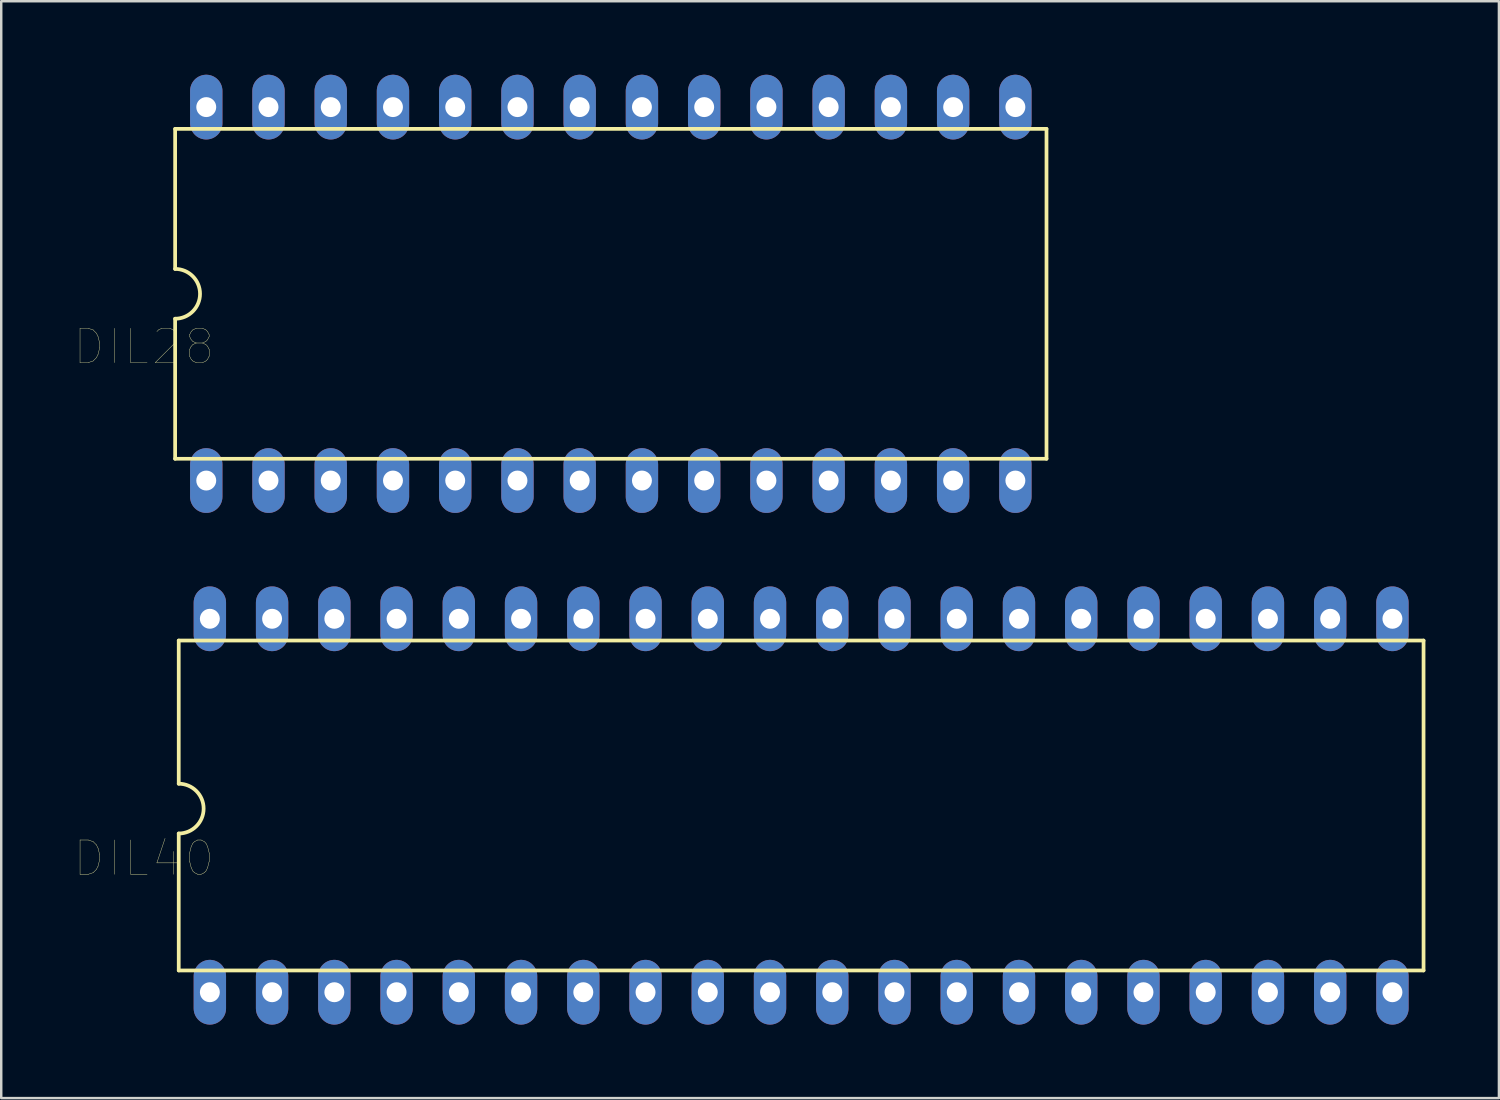
<source format=kicad_pcb>
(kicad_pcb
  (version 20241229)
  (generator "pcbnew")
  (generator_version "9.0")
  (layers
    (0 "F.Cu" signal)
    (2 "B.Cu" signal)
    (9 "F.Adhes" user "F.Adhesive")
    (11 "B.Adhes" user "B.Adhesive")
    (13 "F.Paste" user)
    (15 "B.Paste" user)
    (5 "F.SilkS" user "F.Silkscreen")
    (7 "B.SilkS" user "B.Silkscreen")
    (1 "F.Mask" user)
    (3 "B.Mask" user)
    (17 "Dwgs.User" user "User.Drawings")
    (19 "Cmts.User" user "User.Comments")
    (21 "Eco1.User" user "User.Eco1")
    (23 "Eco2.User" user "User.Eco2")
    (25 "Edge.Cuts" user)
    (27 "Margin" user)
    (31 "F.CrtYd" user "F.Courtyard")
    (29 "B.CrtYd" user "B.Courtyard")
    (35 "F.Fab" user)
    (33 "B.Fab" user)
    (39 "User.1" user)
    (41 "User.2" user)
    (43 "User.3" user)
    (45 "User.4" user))
  (footprint "DIL40"
    (layer "F.Cu")
    (at 29.644 29.822)
    (property "Reference" "DIL40" (at -26.825 2.161 180) (layer "F.SilkS") (effects (font (size 1.401 1.401) (thickness 0.015))))
    (attr through_hole)
    (fp_line (start -25.4 -6.731) (end -25.4 -0.889) (stroke (width 0.152) (type solid)) (layer "F.SilkS"))
    (fp_line (start -25.4 6.731) (end -25.4 1.143) (stroke (width 0.152) (type solid)) (layer "F.SilkS"))
    (fp_line (start -25.4 6.731) (end 25.4 6.731) (stroke (width 0.152) (type solid)) (layer "F.SilkS"))
    (fp_line (start 25.4 -6.731) (end -25.4 -6.731) (stroke (width 0.152) (type solid)) (layer "F.SilkS"))
    (fp_line (start 25.4 -6.731) (end 25.4 6.731) (stroke (width 0.152) (type solid)) (layer "F.SilkS"))
    (fp_arc (start -25.4 -0.889) (mid -24.384 0.127) (end -25.4 1.143) (stroke (width 0.1524) (type solid)) (layer "F.SilkS"))
    (pad "1" thru_hole oval (at -24.13 7.62) (size 1.321 2.642) (drill 0.813) (layers "*.Cu" "*.Mask"))
    (pad "2" thru_hole oval (at -21.59 7.62) (size 1.321 2.642) (drill 0.813) (layers "*.Cu" "*.Mask"))
    (pad "3" thru_hole oval (at -19.05 7.62) (size 1.321 2.642) (drill 0.813) (layers "*.Cu" "*.Mask"))
    (pad "4" thru_hole oval (at -16.51 7.62) (size 1.321 2.642) (drill 0.813) (layers "*.Cu" "*.Mask"))
    (pad "5" thru_hole oval (at -13.97 7.62) (size 1.321 2.642) (drill 0.813) (layers "*.Cu" "*.Mask"))
    (pad "6" thru_hole oval (at -11.43 7.62) (size 1.321 2.642) (drill 0.813) (layers "*.Cu" "*.Mask"))
    (pad "7" thru_hole oval (at -8.89 7.62) (size 1.321 2.642) (drill 0.813) (layers "*.Cu" "*.Mask"))
    (pad "8" thru_hole oval (at -6.35 7.62) (size 1.321 2.642) (drill 0.813) (layers "*.Cu" "*.Mask"))
    (pad "9" thru_hole oval (at -3.81 7.62) (size 1.321 2.642) (drill 0.813) (layers "*.Cu" "*.Mask"))
    (pad "10" thru_hole oval (at -1.27 7.62) (size 1.321 2.642) (drill 0.813) (layers "*.Cu" "*.Mask"))
    (pad "11" thru_hole oval (at 1.27 7.62) (size 1.321 2.642) (drill 0.813) (layers "*.Cu" "*.Mask"))
    (pad "12" thru_hole oval (at 3.81 7.62) (size 1.321 2.642) (drill 0.813) (layers "*.Cu" "*.Mask"))
    (pad "13" thru_hole oval (at 6.35 7.62) (size 1.321 2.642) (drill 0.813) (layers "*.Cu" "*.Mask"))
    (pad "14" thru_hole oval (at 8.89 7.62) (size 1.321 2.642) (drill 0.813) (layers "*.Cu" "*.Mask"))
    (pad "15" thru_hole oval (at 11.43 7.62) (size 1.321 2.642) (drill 0.813) (layers "*.Cu" "*.Mask"))
    (pad "16" thru_hole oval (at 13.97 7.62) (size 1.321 2.642) (drill 0.813) (layers "*.Cu" "*.Mask"))
    (pad "17" thru_hole oval (at 16.51 7.62) (size 1.321 2.642) (drill 0.813) (layers "*.Cu" "*.Mask"))
    (pad "18" thru_hole oval (at 19.05 7.62) (size 1.321 2.642) (drill 0.813) (layers "*.Cu" "*.Mask"))
    (pad "19" thru_hole oval (at 21.59 7.62) (size 1.321 2.642) (drill 0.813) (layers "*.Cu" "*.Mask"))
    (pad "20" thru_hole oval (at 24.13 7.62) (size 1.321 2.642) (drill 0.813) (layers "*.Cu" "*.Mask"))
    (pad "21" thru_hole oval (at 24.13 -7.62) (size 1.321 2.642) (drill 0.813) (layers "*.Cu" "*.Mask"))
    (pad "22" thru_hole oval (at 21.59 -7.62) (size 1.321 2.642) (drill 0.813) (layers "*.Cu" "*.Mask"))
    (pad "23" thru_hole oval (at 19.05 -7.62) (size 1.321 2.642) (drill 0.813) (layers "*.Cu" "*.Mask"))
    (pad "24" thru_hole oval (at 16.51 -7.62) (size 1.321 2.642) (drill 0.813) (layers "*.Cu" "*.Mask"))
    (pad "25" thru_hole oval (at 13.97 -7.62) (size 1.321 2.642) (drill 0.813) (layers "*.Cu" "*.Mask"))
    (pad "26" thru_hole oval (at 11.43 -7.62) (size 1.321 2.642) (drill 0.813) (layers "*.Cu" "*.Mask"))
    (pad "27" thru_hole oval (at 8.89 -7.62) (size 1.321 2.642) (drill 0.813) (layers "*.Cu" "*.Mask"))
    (pad "28" thru_hole oval (at 6.35 -7.62) (size 1.321 2.642) (drill 0.813) (layers "*.Cu" "*.Mask"))
    (pad "29" thru_hole oval (at 3.81 -7.62) (size 1.321 2.642) (drill 0.813) (layers "*.Cu" "*.Mask"))
    (pad "30" thru_hole oval (at 1.27 -7.62) (size 1.321 2.642) (drill 0.813) (layers "*.Cu" "*.Mask"))
    (pad "31" thru_hole oval (at -1.27 -7.62) (size 1.321 2.642) (drill 0.813) (layers "*.Cu" "*.Mask"))
    (pad "32" thru_hole oval (at -3.81 -7.62) (size 1.321 2.642) (drill 0.813) (layers "*.Cu" "*.Mask"))
    (pad "33" thru_hole oval (at -6.35 -7.62) (size 1.321 2.642) (drill 0.813) (layers "*.Cu" "*.Mask"))
    (pad "34" thru_hole oval (at -8.89 -7.62) (size 1.321 2.642) (drill 0.813) (layers "*.Cu" "*.Mask"))
    (pad "35" thru_hole oval (at -11.43 -7.62) (size 1.321 2.642) (drill 0.813) (layers "*.Cu" "*.Mask"))
    (pad "36" thru_hole oval (at -13.97 -7.62) (size 1.321 2.642) (drill 0.813) (layers "*.Cu" "*.Mask"))
    (pad "37" thru_hole oval (at -16.51 -7.62) (size 1.321 2.642) (drill 0.813) (layers "*.Cu" "*.Mask"))
    (pad "38" thru_hole oval (at -19.05 -7.62) (size 1.321 2.642) (drill 0.813) (layers "*.Cu" "*.Mask"))
    (pad "39" thru_hole oval (at -21.59 -7.62) (size 1.321 2.642) (drill 0.813) (layers "*.Cu" "*.Mask"))
    (pad "40" thru_hole oval (at -24.13 -7.62) (size 1.321 2.642) (drill 0.813) (layers "*.Cu" "*.Mask")))
  (footprint "DIL28"
    (layer "F.Cu")
    (at 21.877 8.941)
    (property "Reference" "DIL28" (at -19.059 2.16 180) (layer "F.SilkS") (effects (font (size 1.401 1.401) (thickness 0.015))))
    (attr through_hole)
    (fp_line (start -17.78 -6.731) (end -17.78 -1.016) (stroke (width 0.152) (type solid)) (layer "F.SilkS"))
    (fp_line (start -17.78 6.731) (end -17.78 1.016) (stroke (width 0.152) (type solid)) (layer "F.SilkS"))
    (fp_line (start -17.78 6.731) (end 17.78 6.731) (stroke (width 0.152) (type solid)) (layer "F.SilkS"))
    (fp_line (start 17.78 -6.731) (end -17.78 -6.731) (stroke (width 0.152) (type solid)) (layer "F.SilkS"))
    (fp_line (start 17.78 -6.731) (end 17.78 6.731) (stroke (width 0.152) (type solid)) (layer "F.SilkS"))
    (fp_arc (start -17.78 -1.016) (mid -16.764 0) (end -17.78 1.016) (stroke (width 0.1524) (type solid)) (layer "F.SilkS"))
    (pad "1" thru_hole oval (at -16.51 7.62) (size 1.321 2.642) (drill 0.813) (layers "*.Cu" "*.Mask"))
    (pad "2" thru_hole oval (at -13.97 7.62) (size 1.321 2.642) (drill 0.813) (layers "*.Cu" "*.Mask"))
    (pad "3" thru_hole oval (at -11.43 7.62) (size 1.321 2.642) (drill 0.813) (layers "*.Cu" "*.Mask"))
    (pad "4" thru_hole oval (at -8.89 7.62) (size 1.321 2.642) (drill 0.813) (layers "*.Cu" "*.Mask"))
    (pad "5" thru_hole oval (at -6.35 7.62) (size 1.321 2.642) (drill 0.813) (layers "*.Cu" "*.Mask"))
    (pad "6" thru_hole oval (at -3.81 7.62) (size 1.321 2.642) (drill 0.813) (layers "*.Cu" "*.Mask"))
    (pad "7" thru_hole oval (at -1.27 7.62) (size 1.321 2.642) (drill 0.813) (layers "*.Cu" "*.Mask"))
    (pad "8" thru_hole oval (at 1.27 7.62) (size 1.321 2.642) (drill 0.813) (layers "*.Cu" "*.Mask"))
    (pad "9" thru_hole oval (at 3.81 7.62) (size 1.321 2.642) (drill 0.813) (layers "*.Cu" "*.Mask"))
    (pad "10" thru_hole oval (at 6.35 7.62) (size 1.321 2.642) (drill 0.813) (layers "*.Cu" "*.Mask"))
    (pad "11" thru_hole oval (at 8.89 7.62) (size 1.321 2.642) (drill 0.813) (layers "*.Cu" "*.Mask"))
    (pad "12" thru_hole oval (at 11.43 7.62) (size 1.321 2.642) (drill 0.813) (layers "*.Cu" "*.Mask"))
    (pad "13" thru_hole oval (at 13.97 7.62) (size 1.321 2.642) (drill 0.813) (layers "*.Cu" "*.Mask"))
    (pad "14" thru_hole oval (at 16.51 7.62) (size 1.321 2.642) (drill 0.813) (layers "*.Cu" "*.Mask"))
    (pad "15" thru_hole oval (at 16.51 -7.62) (size 1.321 2.642) (drill 0.813) (layers "*.Cu" "*.Mask"))
    (pad "16" thru_hole oval (at 13.97 -7.62) (size 1.321 2.642) (drill 0.813) (layers "*.Cu" "*.Mask"))
    (pad "17" thru_hole oval (at 11.43 -7.62) (size 1.321 2.642) (drill 0.813) (layers "*.Cu" "*.Mask"))
    (pad "18" thru_hole oval (at 8.89 -7.62) (size 1.321 2.642) (drill 0.813) (layers "*.Cu" "*.Mask"))
    (pad "19" thru_hole oval (at 6.35 -7.62) (size 1.321 2.642) (drill 0.813) (layers "*.Cu" "*.Mask"))
    (pad "20" thru_hole oval (at 3.81 -7.62) (size 1.321 2.642) (drill 0.813) (layers "*.Cu" "*.Mask"))
    (pad "21" thru_hole oval (at 1.27 -7.62) (size 1.321 2.642) (drill 0.813) (layers "*.Cu" "*.Mask"))
    (pad "22" thru_hole oval (at -1.27 -7.62) (size 1.321 2.642) (drill 0.813) (layers "*.Cu" "*.Mask"))
    (pad "23" thru_hole oval (at -3.81 -7.62) (size 1.321 2.642) (drill 0.813) (layers "*.Cu" "*.Mask"))
    (pad "24" thru_hole oval (at -6.35 -7.62) (size 1.321 2.642) (drill 0.813) (layers "*.Cu" "*.Mask"))
    (pad "25" thru_hole oval (at -8.89 -7.62) (size 1.321 2.642) (drill 0.813) (layers "*.Cu" "*.Mask"))
    (pad "26" thru_hole oval (at -11.43 -7.62) (size 1.321 2.642) (drill 0.813) (layers "*.Cu" "*.Mask"))
    (pad "27" thru_hole oval (at -13.97 -7.62) (size 1.321 2.642) (drill 0.813) (layers "*.Cu" "*.Mask"))
    (pad "28" thru_hole oval (at -16.51 -7.62) (size 1.321 2.642) (drill 0.813) (layers "*.Cu" "*.Mask")))
  (gr_rect
    (start -3 -3)
    (end 58.12 41.763)
    (stroke (width 0.1) (type default))
    (fill no)
    (layer "Edge.Cuts")))
</source>
